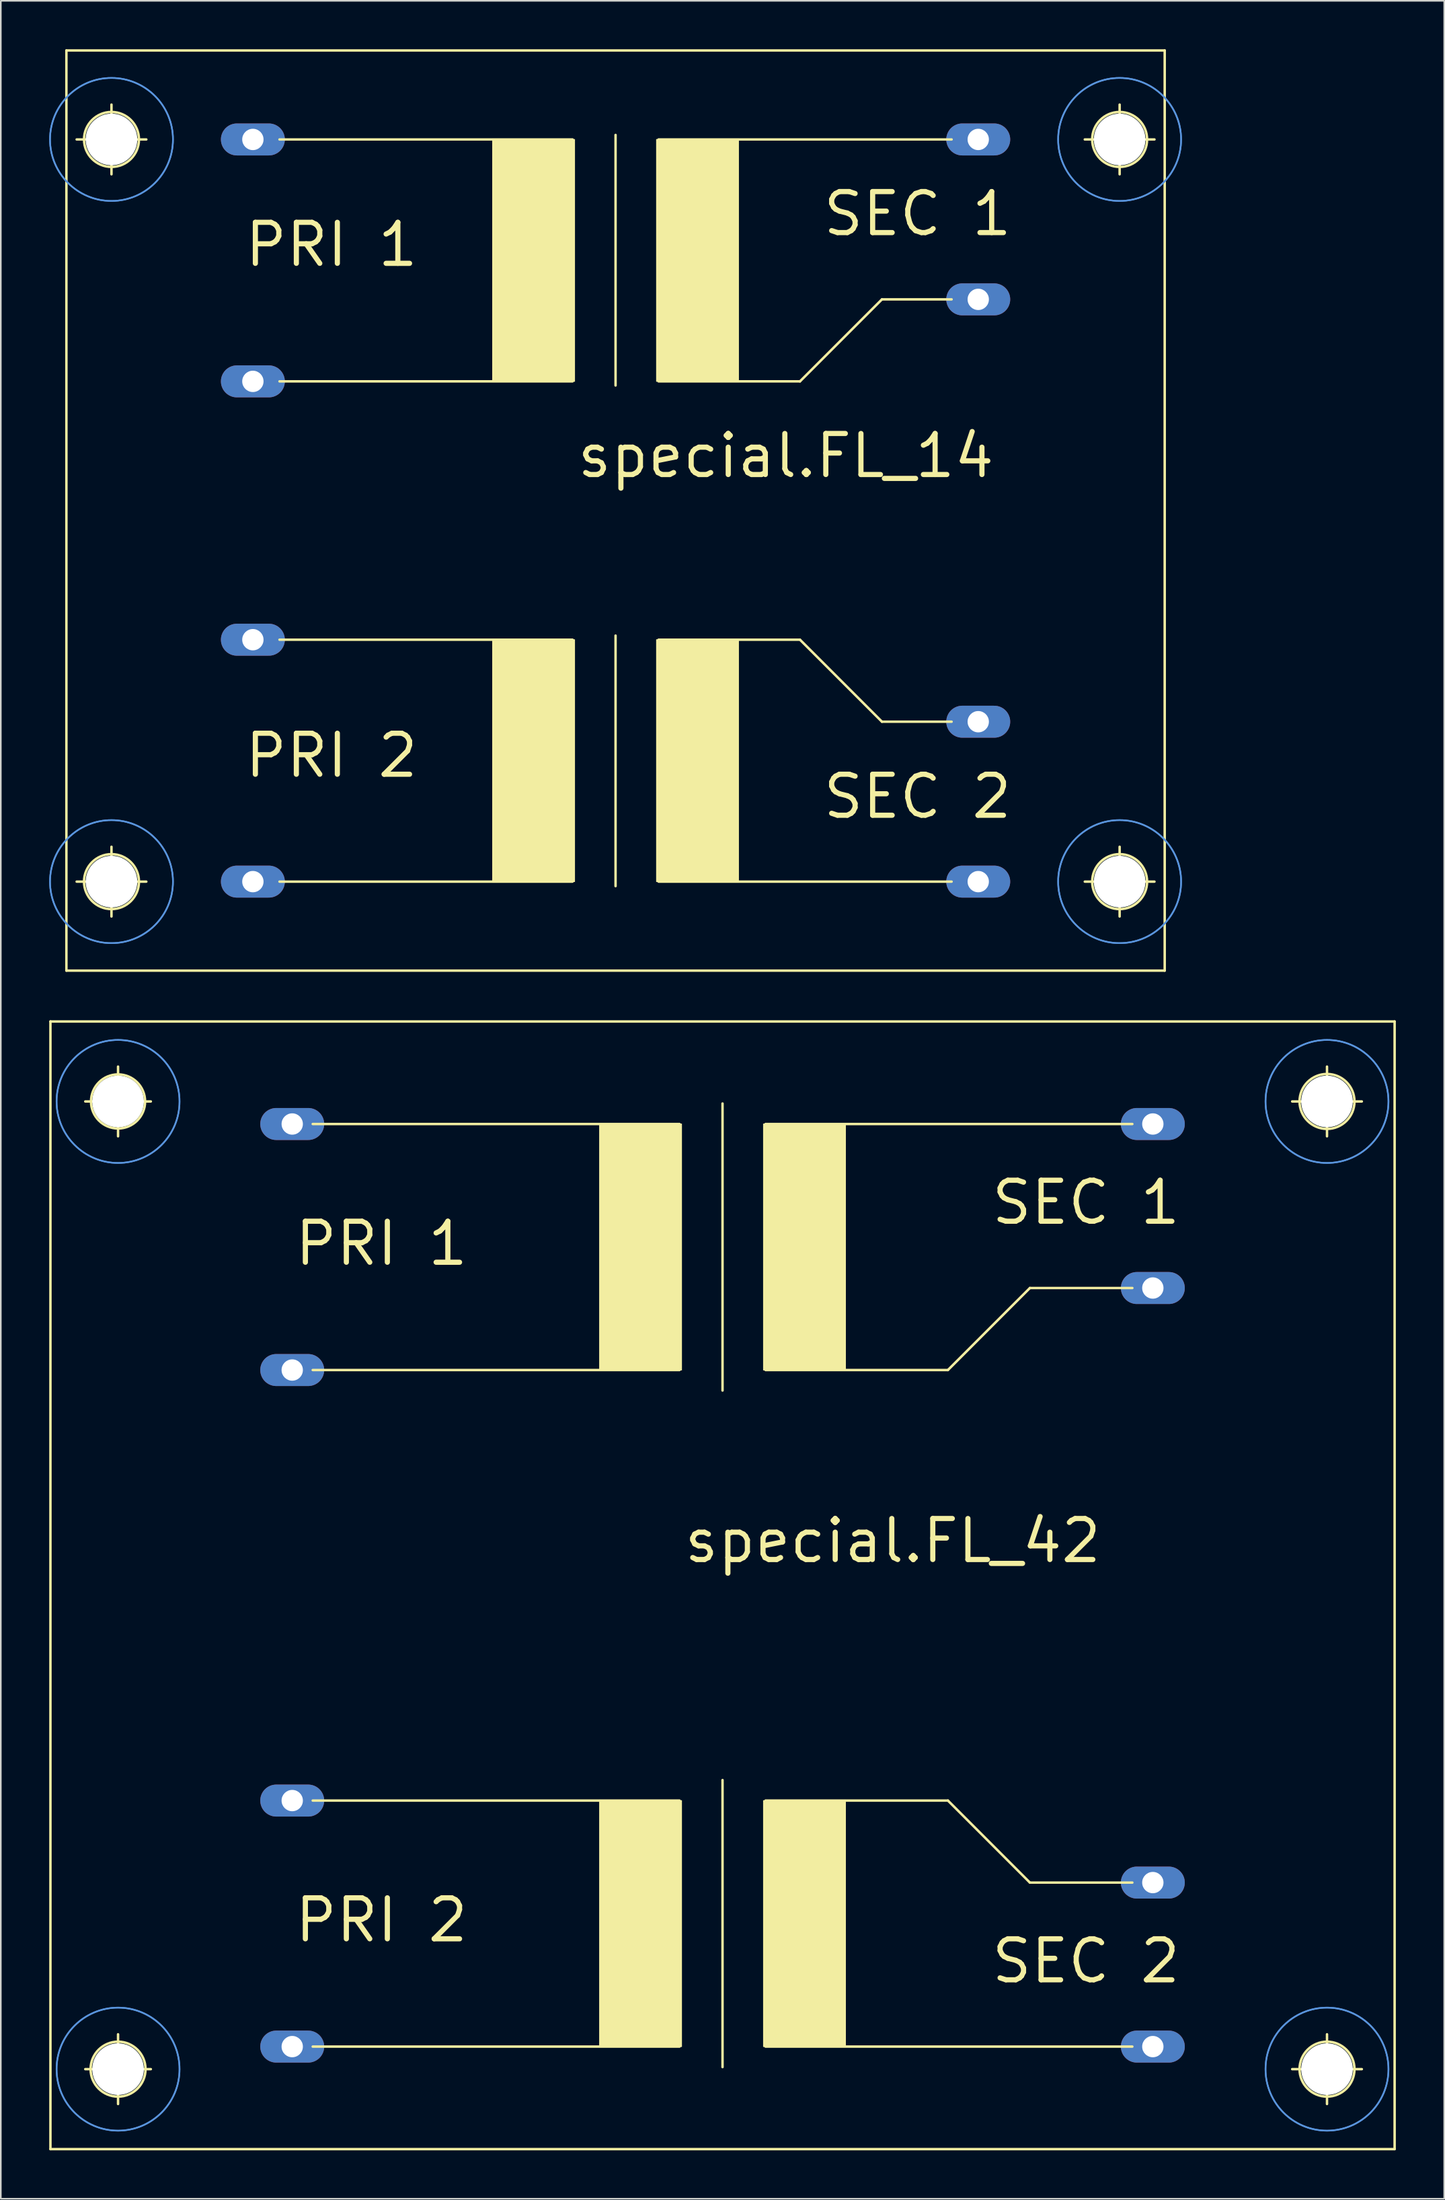
<source format=kicad_pcb>
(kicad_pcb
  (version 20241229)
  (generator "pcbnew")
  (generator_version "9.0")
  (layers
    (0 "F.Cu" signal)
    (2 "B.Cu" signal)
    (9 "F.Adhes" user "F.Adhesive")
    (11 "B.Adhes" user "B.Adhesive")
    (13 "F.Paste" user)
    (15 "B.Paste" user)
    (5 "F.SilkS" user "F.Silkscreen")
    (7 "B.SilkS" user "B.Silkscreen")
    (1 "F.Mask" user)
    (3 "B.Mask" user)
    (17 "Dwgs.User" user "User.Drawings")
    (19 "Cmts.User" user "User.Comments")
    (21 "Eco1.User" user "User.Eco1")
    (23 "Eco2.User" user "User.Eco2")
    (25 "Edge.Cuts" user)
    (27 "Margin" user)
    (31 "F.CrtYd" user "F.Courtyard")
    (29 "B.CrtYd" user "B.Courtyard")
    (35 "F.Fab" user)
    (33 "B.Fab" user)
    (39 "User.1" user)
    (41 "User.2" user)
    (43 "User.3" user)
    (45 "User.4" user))
  (footprint "special.FL_14"
    (layer "F.Cu")
    (at 35.102 28.575)
    (property "Reference" "special.FL_14" (at -2.54 -1.905 0) (layer "F.SilkS") (effects (font (size 2.54 2.54) (thickness 0.32)) (justify left bottom)))
    (attr through_hole)
    (fp_line (start -34.036 28.499) (end -34.036 -28.499) (stroke (width 0.152) (type default)) (layer "F.SilkS"))
    (fp_line (start -34.036 28.499) (end 34.036 28.499) (stroke (width 0.152) (type default)) (layer "F.SilkS"))
    (fp_line (start -33.401 -22.987) (end -29.083 -22.987) (stroke (width 0.152) (type default)) (layer "F.SilkS"))
    (fp_line (start -33.401 22.987) (end -29.083 22.987) (stroke (width 0.152) (type default)) (layer "F.SilkS"))
    (fp_line (start -31.242 -25.146) (end -31.242 -20.828) (stroke (width 0.152) (type default)) (layer "F.SilkS"))
    (fp_line (start -31.242 20.828) (end -31.242 25.146) (stroke (width 0.152) (type default)) (layer "F.SilkS"))
    (fp_line (start -20.828 -22.987) (end -2.667 -22.987) (stroke (width 0.152) (type default)) (layer "F.SilkS"))
    (fp_line (start -20.828 -8.001) (end -2.667 -8.001) (stroke (width 0.152) (type default)) (layer "F.SilkS"))
    (fp_line (start -20.828 8.001) (end -2.667 8.001) (stroke (width 0.152) (type default)) (layer "F.SilkS"))
    (fp_line (start -20.828 22.987) (end -2.667 22.987) (stroke (width 0.152) (type default)) (layer "F.SilkS"))
    (fp_line (start 0 -23.266) (end 0 -7.747) (stroke (width 0.152) (type default)) (layer "F.SilkS"))
    (fp_line (start 0 23.266) (end 0 7.747) (stroke (width 0.152) (type default)) (layer "F.SilkS"))
    (fp_line (start 2.667 -8.001) (end 11.43 -8.001) (stroke (width 0.152) (type default)) (layer "F.SilkS"))
    (fp_line (start 2.667 8.001) (end 11.43 8.001) (stroke (width 0.152) (type default)) (layer "F.SilkS"))
    (fp_line (start 11.43 -8.001) (end 16.51 -13.081) (stroke (width 0.152) (type default)) (layer "F.SilkS"))
    (fp_line (start 11.43 8.001) (end 16.51 13.081) (stroke (width 0.152) (type default)) (layer "F.SilkS"))
    (fp_line (start 20.828 -22.987) (end 2.667 -22.987) (stroke (width 0.152) (type default)) (layer "F.SilkS"))
    (fp_line (start 20.828 -13.081) (end 16.51 -13.081) (stroke (width 0.152) (type default)) (layer "F.SilkS"))
    (fp_line (start 20.828 13.081) (end 16.51 13.081) (stroke (width 0.152) (type default)) (layer "F.SilkS"))
    (fp_line (start 20.828 22.987) (end 2.667 22.987) (stroke (width 0.152) (type default)) (layer "F.SilkS"))
    (fp_line (start 29.083 -22.987) (end 33.401 -22.987) (stroke (width 0.152) (type default)) (layer "F.SilkS"))
    (fp_line (start 29.083 22.987) (end 33.401 22.987) (stroke (width 0.152) (type default)) (layer "F.SilkS"))
    (fp_line (start 31.242 -25.146) (end 31.242 -20.828) (stroke (width 0.152) (type default)) (layer "F.SilkS"))
    (fp_line (start 31.242 20.828) (end 31.242 25.146) (stroke (width 0.152) (type default)) (layer "F.SilkS"))
    (fp_line (start 34.036 -28.499) (end -34.036 -28.499) (stroke (width 0.152) (type default)) (layer "F.SilkS"))
    (fp_line (start 34.036 -28.499) (end 34.036 28.499) (stroke (width 0.152) (type default)) (layer "F.SilkS"))
    (fp_rect (start -7.62 -8.001) (end -2.54 -22.987) (stroke (width 0.05) (type default)) (fill yes) (layer "F.SilkS"))
    (fp_rect (start -7.62 22.987) (end -2.54 8.001) (stroke (width 0.05) (type default)) (fill yes) (layer "F.SilkS"))
    (fp_rect (start 2.54 -8.001) (end 7.62 -22.987) (stroke (width 0.05) (type default)) (fill yes) (layer "F.SilkS"))
    (fp_rect (start 2.54 22.987) (end 7.62 8.001) (stroke (width 0.05) (type default)) (fill yes) (layer "F.SilkS"))
    (fp_circle (center -31.242 -22.987) (end -29.54 -22.987) (stroke (width 0.152) (type default)) (fill no) (layer "F.SilkS"))
    (fp_circle (center -31.242 22.987) (end -29.54 22.987) (stroke (width 0.152) (type default)) (fill no) (layer "F.SilkS"))
    (fp_circle (center 31.242 -22.987) (end 32.944 -22.987) (stroke (width 0.152) (type default)) (fill no) (layer "F.SilkS"))
    (fp_circle (center 31.242 22.987) (end 32.944 22.987) (stroke (width 0.152) (type default)) (fill no) (layer "F.SilkS"))
    (fp_circle (center -31.242 -22.987) (end -27.432 -22.987) (stroke (width 0.1) (type default)) (fill no) (layer "Cmts.User"))
    (fp_circle (center -31.242 -22.987) (end -27.432 -22.987) (stroke (width 0.1) (type default)) (fill no) (layer "Cmts.User"))
    (fp_circle (center -31.242 22.987) (end -27.432 22.987) (stroke (width 0.1) (type default)) (fill no) (layer "Cmts.User"))
    (fp_circle (center -31.242 22.987) (end -27.432 22.987) (stroke (width 0.1) (type default)) (fill no) (layer "Cmts.User"))
    (fp_circle (center 31.242 -22.987) (end 35.052 -22.987) (stroke (width 0.1) (type default)) (fill no) (layer "Cmts.User"))
    (fp_circle (center 31.242 -22.987) (end 35.052 -22.987) (stroke (width 0.1) (type default)) (fill no) (layer "Cmts.User"))
    (fp_circle (center 31.242 22.987) (end 35.052 22.987) (stroke (width 0.1) (type default)) (fill no) (layer "Cmts.User"))
    (fp_circle (center 31.242 22.987) (end 35.052 22.987) (stroke (width 0.1) (type default)) (fill no) (layer "Cmts.User"))
    (fp_text user "PRI 2" (at -23.139 16.662 0) (layer "F.SilkS") (effects (font (size 2.54 2.54) (thickness 0.32)) (justify left bottom)))
    (fp_text user "SEC 2" (at 12.7 19.202 0) (layer "F.SilkS") (effects (font (size 2.54 2.54) (thickness 0.32)) (justify left bottom)))
    (fp_text user "PRI 1" (at -23.139 -14.986 0) (layer "F.SilkS") (effects (font (size 2.54 2.54) (thickness 0.32)) (justify left bottom)))
    (fp_text user "SEC 1" (at 12.7 -16.891 0) (layer "F.SilkS") (effects (font (size 2.54 2.54) (thickness 0.32)) (justify left bottom)))
    (pad "" np_thru_hole circle (at -31.242 -22.987) (size 3.2 3.2) (drill 3.2) (layers "*.Cu" "*.Mask"))
    (pad "" np_thru_hole circle (at -31.242 22.987) (size 3.2 3.2) (drill 3.2) (layers "*.Cu" "*.Mask"))
    (pad "" np_thru_hole circle (at 31.242 -22.987) (size 3.2 3.2) (drill 3.2) (layers "*.Cu" "*.Mask"))
    (pad "" np_thru_hole circle (at 31.242 22.987) (size 3.2 3.2) (drill 3.2) (layers "*.Cu" "*.Mask"))
    (pad "1" thru_hole oval (at -22.479 -22.987) (size 3.962 1.981) (drill 1.321) (layers "*.Cu" "*.Mask"))
    (pad "2" thru_hole oval (at -22.479 -8.001) (size 3.962 1.981) (drill 1.321) (layers "*.Cu" "*.Mask"))
    (pad "3" thru_hole oval (at -22.479 8.001) (size 3.962 1.981) (drill 1.321) (layers "*.Cu" "*.Mask"))
    (pad "4" thru_hole oval (at -22.479 22.987) (size 3.962 1.981) (drill 1.321) (layers "*.Cu" "*.Mask"))
    (pad "5" thru_hole oval (at 22.479 -22.987) (size 3.962 1.981) (drill 1.321) (layers "*.Cu" "*.Mask"))
    (pad "6" thru_hole oval (at 22.479 -13.081) (size 3.962 1.981) (drill 1.321) (layers "*.Cu" "*.Mask"))
    (pad "7" thru_hole oval (at 22.479 13.081) (size 3.962 1.981) (drill 1.321) (layers "*.Cu" "*.Mask"))
    (pad "8" thru_hole oval (at 22.479 22.987) (size 3.962 1.981) (drill 1.321) (layers "*.Cu" "*.Mask")))
  (footprint "special.FL_42"
    (layer "F.Cu")
    (at 41.732 95.786)
    (property "Reference" "special.FL_42" (at -2.54 -1.905 0) (layer "F.SilkS") (effects (font (size 2.54 2.54) (thickness 0.32)) (justify left bottom)))
    (attr through_hole)
    (fp_line (start -41.656 34.29) (end -41.656 -35.56) (stroke (width 0.152) (type default)) (layer "F.SilkS"))
    (fp_line (start -41.656 34.29) (end 41.656 34.29) (stroke (width 0.152) (type default)) (layer "F.SilkS"))
    (fp_line (start -39.497 -30.607) (end -35.433 -30.607) (stroke (width 0.152) (type default)) (layer "F.SilkS"))
    (fp_line (start -39.497 29.337) (end -35.433 29.337) (stroke (width 0.152) (type default)) (layer "F.SilkS"))
    (fp_line (start -37.465 -32.766) (end -37.465 -28.448) (stroke (width 0.152) (type default)) (layer "F.SilkS"))
    (fp_line (start -37.465 27.178) (end -37.465 31.496) (stroke (width 0.152) (type default)) (layer "F.SilkS"))
    (fp_line (start -25.4 -29.21) (end -2.667 -29.21) (stroke (width 0.152) (type default)) (layer "F.SilkS"))
    (fp_line (start -25.4 -13.97) (end -2.667 -13.97) (stroke (width 0.152) (type default)) (layer "F.SilkS"))
    (fp_line (start -25.4 12.7) (end -2.667 12.7) (stroke (width 0.152) (type default)) (layer "F.SilkS"))
    (fp_line (start -25.4 27.94) (end -2.667 27.94) (stroke (width 0.152) (type default)) (layer "F.SilkS"))
    (fp_line (start 0 -12.7) (end 0 -30.48) (stroke (width 0.152) (type default)) (layer "F.SilkS"))
    (fp_line (start 0 29.21) (end 0 11.43) (stroke (width 0.152) (type default)) (layer "F.SilkS"))
    (fp_line (start 2.667 -13.97) (end 13.97 -13.97) (stroke (width 0.152) (type default)) (layer "F.SilkS"))
    (fp_line (start 2.667 12.7) (end 13.97 12.7) (stroke (width 0.152) (type default)) (layer "F.SilkS"))
    (fp_line (start 19.05 -19.05) (end 13.97 -13.97) (stroke (width 0.152) (type default)) (layer "F.SilkS"))
    (fp_line (start 19.05 17.78) (end 13.97 12.7) (stroke (width 0.152) (type default)) (layer "F.SilkS"))
    (fp_line (start 25.4 -29.21) (end 2.667 -29.21) (stroke (width 0.152) (type default)) (layer "F.SilkS"))
    (fp_line (start 25.4 -19.05) (end 19.05 -19.05) (stroke (width 0.152) (type default)) (layer "F.SilkS"))
    (fp_line (start 25.4 17.78) (end 19.05 17.78) (stroke (width 0.152) (type default)) (layer "F.SilkS"))
    (fp_line (start 25.4 27.94) (end 2.667 27.94) (stroke (width 0.152) (type default)) (layer "F.SilkS"))
    (fp_line (start 35.306 -30.607) (end 39.624 -30.607) (stroke (width 0.152) (type default)) (layer "F.SilkS"))
    (fp_line (start 35.306 29.337) (end 39.624 29.337) (stroke (width 0.152) (type default)) (layer "F.SilkS"))
    (fp_line (start 37.465 -32.766) (end 37.465 -28.448) (stroke (width 0.152) (type default)) (layer "F.SilkS"))
    (fp_line (start 37.465 27.178) (end 37.465 31.496) (stroke (width 0.152) (type default)) (layer "F.SilkS"))
    (fp_line (start 41.656 -35.56) (end -41.656 -35.56) (stroke (width 0.152) (type default)) (layer "F.SilkS"))
    (fp_line (start 41.656 -35.56) (end 41.656 34.29) (stroke (width 0.152) (type default)) (layer "F.SilkS"))
    (fp_rect (start -7.62 -13.97) (end -2.54 -29.21) (stroke (width 0.05) (type default)) (fill yes) (layer "F.SilkS"))
    (fp_rect (start -7.62 27.94) (end -2.54 12.7) (stroke (width 0.05) (type default)) (fill yes) (layer "F.SilkS"))
    (fp_rect (start 2.54 -13.97) (end 7.62 -29.21) (stroke (width 0.05) (type default)) (fill yes) (layer "F.SilkS"))
    (fp_rect (start 2.54 27.94) (end 7.62 12.7) (stroke (width 0.05) (type default)) (fill yes) (layer "F.SilkS"))
    (fp_circle (center -37.465 -30.607) (end -35.789 -30.607) (stroke (width 0.152) (type default)) (fill no) (layer "F.SilkS"))
    (fp_circle (center -37.465 29.337) (end -35.763 29.337) (stroke (width 0.152) (type default)) (fill no) (layer "F.SilkS"))
    (fp_circle (center 37.465 -30.607) (end 39.167 -30.607) (stroke (width 0.152) (type default)) (fill no) (layer "F.SilkS"))
    (fp_circle (center 37.465 29.337) (end 39.167 29.337) (stroke (width 0.152) (type default)) (fill no) (layer "F.SilkS"))
    (fp_circle (center -37.465 -30.607) (end -33.655 -30.607) (stroke (width 0.1) (type default)) (fill no) (layer "Cmts.User"))
    (fp_circle (center -37.465 -30.607) (end -33.655 -30.607) (stroke (width 0.1) (type default)) (fill no) (layer "Cmts.User"))
    (fp_circle (center -37.465 29.337) (end -33.655 29.337) (stroke (width 0.1) (type default)) (fill no) (layer "Cmts.User"))
    (fp_circle (center -37.465 29.337) (end -33.655 29.337) (stroke (width 0.1) (type default)) (fill no) (layer "Cmts.User"))
    (fp_circle (center 37.465 -30.607) (end 41.275 -30.607) (stroke (width 0.1) (type default)) (fill no) (layer "Cmts.User"))
    (fp_circle (center 37.465 -30.607) (end 41.275 -30.607) (stroke (width 0.1) (type default)) (fill no) (layer "Cmts.User"))
    (fp_circle (center 37.465 29.337) (end 41.275 29.337) (stroke (width 0.1) (type default)) (fill no) (layer "Cmts.User"))
    (fp_circle (center 37.465 29.337) (end 41.275 29.337) (stroke (width 0.1) (type default)) (fill no) (layer "Cmts.User"))
    (fp_text user "SEC 2" (at 16.51 24.13 0) (layer "F.SilkS") (effects (font (size 2.54 2.54) (thickness 0.32)) (justify left bottom)))
    (fp_text user "PRI 1" (at -26.67 -20.32 0) (layer "F.SilkS") (effects (font (size 2.54 2.54) (thickness 0.32)) (justify left bottom)))
    (fp_text user "SEC 1" (at 16.51 -22.86 0) (layer "F.SilkS") (effects (font (size 2.54 2.54) (thickness 0.32)) (justify left bottom)))
    (fp_text user "PRI 2" (at -26.67 21.59 0) (layer "F.SilkS") (effects (font (size 2.54 2.54) (thickness 0.32)) (justify left bottom)))
    (pad "" np_thru_hole circle (at -37.465 -30.607) (size 3.2 3.2) (drill 3.2) (layers "*.Cu" "*.Mask"))
    (pad "" np_thru_hole circle (at -37.465 29.337) (size 3.2 3.2) (drill 3.2) (layers "*.Cu" "*.Mask"))
    (pad "" np_thru_hole circle (at 37.465 -30.607) (size 3.2 3.2) (drill 3.2) (layers "*.Cu" "*.Mask"))
    (pad "" np_thru_hole circle (at 37.465 29.337) (size 3.2 3.2) (drill 3.2) (layers "*.Cu" "*.Mask"))
    (pad "1" thru_hole oval (at -26.67 -29.21) (size 3.962 1.981) (drill 1.321) (layers "*.Cu" "*.Mask"))
    (pad "2" thru_hole oval (at -26.67 -13.97) (size 3.962 1.981) (drill 1.321) (layers "*.Cu" "*.Mask"))
    (pad "3" thru_hole oval (at -26.67 12.7) (size 3.962 1.981) (drill 1.321) (layers "*.Cu" "*.Mask"))
    (pad "4" thru_hole oval (at -26.67 27.94) (size 3.962 1.981) (drill 1.321) (layers "*.Cu" "*.Mask"))
    (pad "5" thru_hole oval (at 26.67 -29.21) (size 3.962 1.981) (drill 1.321) (layers "*.Cu" "*.Mask"))
    (pad "6" thru_hole oval (at 26.67 -19.05) (size 3.962 1.981) (drill 1.321) (layers "*.Cu" "*.Mask"))
    (pad "7" thru_hole oval (at 26.67 17.78) (size 3.962 1.981) (drill 1.321) (layers "*.Cu" "*.Mask"))
    (pad "8" thru_hole oval (at 26.67 27.94) (size 3.962 1.981) (drill 1.321) (layers "*.Cu" "*.Mask")))
  (gr_rect
    (start -3 -3)
    (end 86.464 133.152)
    (stroke (width 0.1) (type default))
    (fill no)
    (layer "Edge.Cuts")))
</source>
